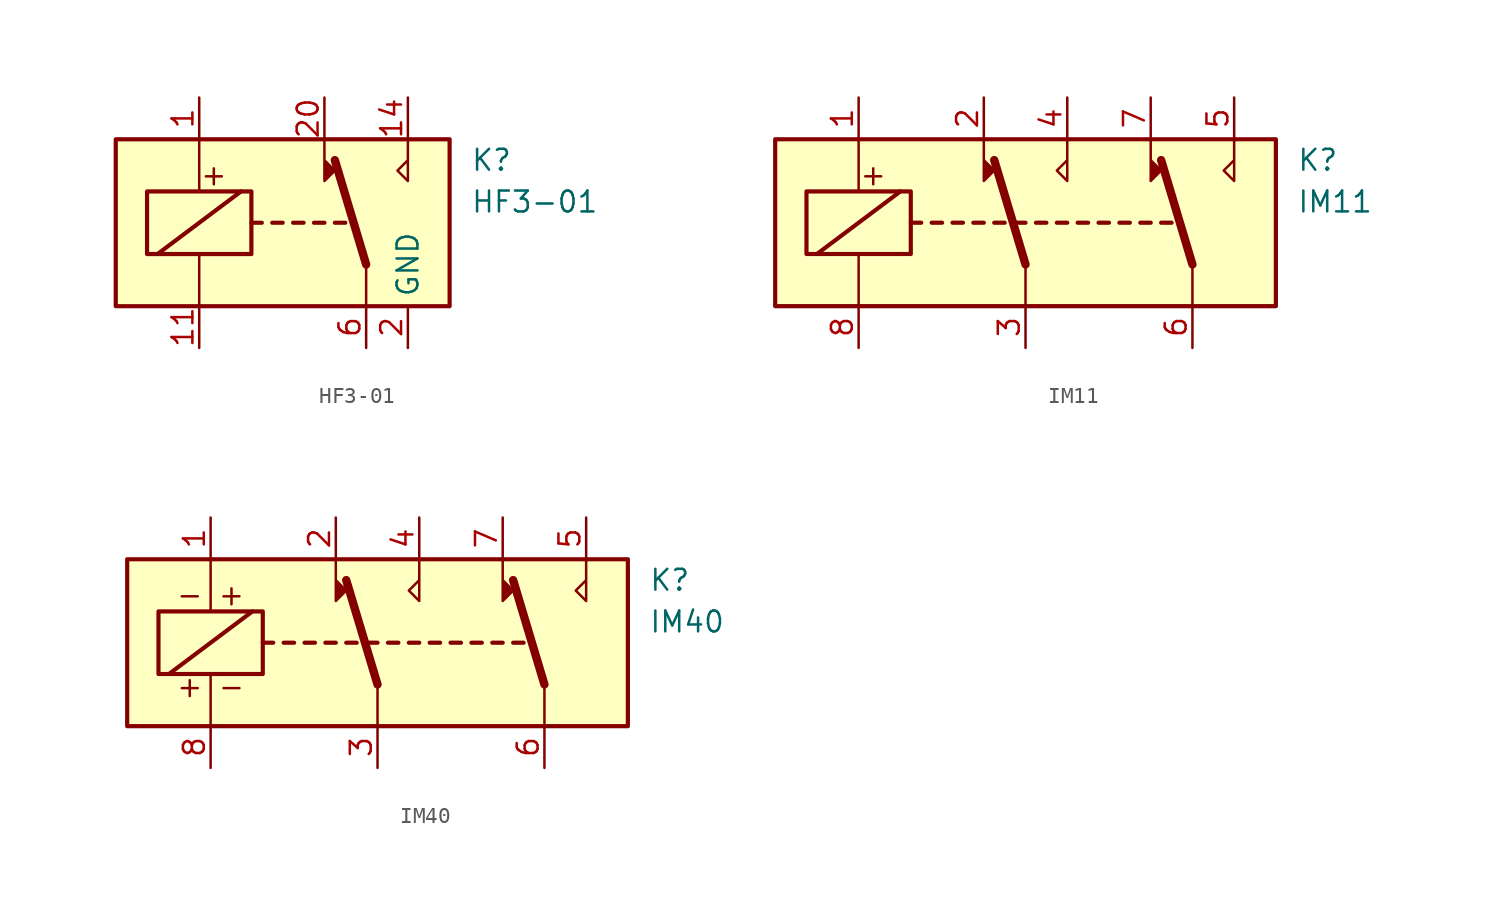
<source format=kicad_sym>
(kicad_symbol_lib
  (version 20201005)
  (generator kicad_symbol_editor)
  (symbol "Relay:HF3-01"
    (property "Reference" "K"
      (at 11.43 3.81 0)
      (effects (font (size 1.27 1.27)) (justify left)))
    (property "Value" "HF3-01"
      (at 11.43 1.27 0)
      (effects (font (size 1.27 1.27)) (justify left)))
    (symbol "HF3-01_0_0"
      (text "+" (at -4.191 2.921 0) (effects (font (size 1.27 1.27))))
      (polyline (pts (xy 7.62 5.08) (xy 7.62 2.54) (xy 6.985 3.175) (xy 7.62 3.81)) (stroke (width 0)) (fill (type none))))
    (symbol "HF3-01_0_1"
      (rectangle (start -10.16 5.08) (end 10.16 -5.08) (stroke (width 0.254)) (fill (type background)))
      (rectangle (start -8.255 1.905) (end -1.905 -1.905) (stroke (width 0.254)) (fill (type none)))
      (polyline (pts (xy -7.62 -1.905) (xy -2.54 1.905)) (stroke (width 0.254)) (fill (type none)))
      (polyline (pts (xy -5.08 -5.08) (xy -5.08 -1.905)) (stroke (width 0)) (fill (type none)))
      (polyline (pts (xy -5.08 5.08) (xy -5.08 1.905)) (stroke (width 0)) (fill (type none)))
      (polyline (pts (xy -1.905 0) (xy -1.27 0)) (stroke (width 0.254)) (fill (type none)))
      (polyline (pts (xy -0.635 0) (xy 0 0)) (stroke (width 0.254)) (fill (type none)))
      (polyline (pts (xy 0.635 0) (xy 1.27 0)) (stroke (width 0.254)) (fill (type none)))
      (polyline (pts (xy 1.905 0) (xy 2.54 0)) (stroke (width 0.254)) (fill (type none)))
      (polyline (pts (xy 3.175 0) (xy 3.81 0)) (stroke (width 0.254)) (fill (type none)))
      (polyline (pts (xy 5.08 -2.54) (xy 3.175 3.81)) (stroke (width 0.508)) (fill (type none)))
      (polyline (pts (xy 5.08 -2.54) (xy 5.08 -5.08)) (stroke (width 0)) (fill (type none)))
      (polyline (pts (xy 2.54 5.08) (xy 2.54 2.54) (xy 3.175 3.175) (xy 2.54 3.81)) (stroke (width 0)) (fill (type outline))))
    (symbol "HF3-01_1_1"
      (pin passive line (at -5.08 7.62 270) (length 2.54) (name "~" (effects (font (size 1.27 1.27)))) (number "1" (effects (font (size 1.27 1.27)))))
      (pin passive line (at 7.62 -7.62 90) (length 2.54) hide (name "GND" (effects (font (size 1.27 1.27)))) (number "10" (effects (font (size 1.27 1.27)))))
      (pin passive line (at -5.08 -7.62 90) (length 2.54) (name "~" (effects (font (size 1.27 1.27)))) (number "11" (effects (font (size 1.27 1.27)))))
      (pin passive line (at 7.62 -7.62 90) (length 2.54) hide (name "GND" (effects (font (size 1.27 1.27)))) (number "12" (effects (font (size 1.27 1.27)))))
      (pin passive line (at 7.62 -7.62 90) (length 2.54) hide (name "GND" (effects (font (size 1.27 1.27)))) (number "13" (effects (font (size 1.27 1.27)))))
      (pin passive line (at 7.62 7.62 270) (length 2.54) (name "~" (effects (font (size 1.27 1.27)))) (number "14" (effects (font (size 1.27 1.27)))))
      (pin passive line (at 7.62 -7.62 90) (length 2.54) hide (name "GND" (effects (font (size 1.27 1.27)))) (number "15" (effects (font (size 1.27 1.27)))))
      (pin passive line (at 7.62 -7.62 90) (length 2.54) hide (name "GND" (effects (font (size 1.27 1.27)))) (number "17" (effects (font (size 1.27 1.27)))))
      (pin passive line (at 7.62 -7.62 90) (length 2.54) hide (name "GND" (effects (font (size 1.27 1.27)))) (number "19" (effects (font (size 1.27 1.27)))))
      (pin power_in line (at 7.62 -7.62 90) (length 2.54) (name "GND" (effects (font (size 1.27 1.27)))) (number "2" (effects (font (size 1.27 1.27)))))
      (pin passive line (at 2.54 7.62 270) (length 2.54) (name "~" (effects (font (size 1.27 1.27)))) (number "20" (effects (font (size 1.27 1.27)))))
      (pin passive line (at 7.62 -7.62 90) (length 2.54) hide (name "GND" (effects (font (size 1.27 1.27)))) (number "21" (effects (font (size 1.27 1.27)))))
      (pin passive line (at 7.62 -7.62 90) (length 2.54) hide (name "GND" (effects (font (size 1.27 1.27)))) (number "22" (effects (font (size 1.27 1.27)))))
      (pin passive line (at 7.62 -7.62 90) (length 2.54) hide (name "GND" (effects (font (size 1.27 1.27)))) (number "5" (effects (font (size 1.27 1.27)))))
      (pin passive line (at 5.08 -7.62 90) (length 2.54) (name "~" (effects (font (size 1.27 1.27)))) (number "6" (effects (font (size 1.27 1.27)))))
      (pin passive line (at 7.62 -7.62 90) (length 2.54) hide (name "GND" (effects (font (size 1.27 1.27)))) (number "7" (effects (font (size 1.27 1.27)))))))
  (symbol "Relay:IM11"
    (property "Reference" "K"
      (at 16.51 3.81 0)
      (effects (font (size 1.27 1.27)) (justify left)))
    (property "Value" "IM11"
      (at 16.51 1.27 0)
      (effects (font (size 1.27 1.27)) (justify left)))
    (symbol "IM11_0_0"
      (text "+" (at -9.271 2.921 0) (effects (font (size 1.27 1.27)))))
    (symbol "IM11_0_1"
      (rectangle (start -15.24 5.08) (end 15.24 -5.08) (stroke (width 0.254)) (fill (type background)))
      (rectangle (start -13.335 1.905) (end -6.985 -1.905) (stroke (width 0.254)) (fill (type none)))
      (polyline (pts (xy -12.7 -1.905) (xy -7.62 1.905)) (stroke (width 0.254)) (fill (type none)))
      (polyline (pts (xy -10.16 -5.08) (xy -10.16 -1.905)) (stroke (width 0)) (fill (type none)))
      (polyline (pts (xy -10.16 5.08) (xy -10.16 1.905)) (stroke (width 0)) (fill (type none)))
      (polyline (pts (xy -6.985 0) (xy -6.35 0)) (stroke (width 0.254)) (fill (type none)))
      (polyline (pts (xy -5.715 0) (xy -5.08 0)) (stroke (width 0.254)) (fill (type none)))
      (polyline (pts (xy -4.445 0) (xy -3.81 0)) (stroke (width 0.254)) (fill (type none)))
      (polyline (pts (xy -3.175 0) (xy -2.54 0)) (stroke (width 0.254)) (fill (type none)))
      (polyline (pts (xy -1.905 0) (xy -1.27 0)) (stroke (width 0.254)) (fill (type none)))
      (polyline (pts (xy -0.635 0) (xy 0 0)) (stroke (width 0.254)) (fill (type none)))
      (polyline (pts (xy 0 -2.54) (xy -1.905 3.81)) (stroke (width 0.508)) (fill (type none)))
      (polyline (pts (xy 0 -2.54) (xy 0 -5.08)) (stroke (width 0)) (fill (type none)))
      (polyline (pts (xy 0.635 0) (xy 1.27 0)) (stroke (width 0.254)) (fill (type none)))
      (polyline (pts (xy 1.905 0) (xy 2.54 0)) (stroke (width 0.254)) (fill (type none)))
      (polyline (pts (xy 3.175 0) (xy 3.81 0)) (stroke (width 0.254)) (fill (type none)))
      (polyline (pts (xy 4.445 0) (xy 5.08 0)) (stroke (width 0.254)) (fill (type none)))
      (polyline (pts (xy 5.715 0) (xy 6.35 0)) (stroke (width 0.254)) (fill (type none)))
      (polyline (pts (xy 6.985 0) (xy 7.62 0)) (stroke (width 0.254)) (fill (type none)))
      (polyline (pts (xy 8.255 0) (xy 8.89 0)) (stroke (width 0.254)) (fill (type none)))
      (polyline (pts (xy 10.16 -2.54) (xy 8.255 3.81)) (stroke (width 0.508)) (fill (type none)))
      (polyline (pts (xy 10.16 -2.54) (xy 10.16 -5.08)) (stroke (width 0)) (fill (type none)))
      (polyline (pts (xy -2.54 5.08) (xy -2.54 2.54) (xy -1.905 3.175) (xy -2.54 3.81)) (stroke (width 0)) (fill (type outline)))
      (polyline (pts (xy 2.54 5.08) (xy 2.54 2.54) (xy 1.905 3.175) (xy 2.54 3.81)) (stroke (width 0)) (fill (type none)))
      (polyline (pts (xy 7.62 5.08) (xy 7.62 2.54) (xy 8.255 3.175) (xy 7.62 3.81)) (stroke (width 0)) (fill (type outline)))
      (polyline (pts (xy 12.7 5.08) (xy 12.7 2.54) (xy 12.065 3.175) (xy 12.7 3.81)) (stroke (width 0)) (fill (type none))))
    (symbol "IM11_1_1"
      (pin passive line (at -10.16 7.62 270) (length 2.54) (name "~" (effects (font (size 1.27 1.27)))) (number "1" (effects (font (size 1.27 1.27)))))
      (pin passive line (at -2.54 7.62 270) (length 2.54) (name "~" (effects (font (size 1.27 1.27)))) (number "2" (effects (font (size 1.27 1.27)))))
      (pin passive line (at 0 -7.62 90) (length 2.54) (name "~" (effects (font (size 1.27 1.27)))) (number "3" (effects (font (size 1.27 1.27)))))
      (pin passive line (at 2.54 7.62 270) (length 2.54) (name "~" (effects (font (size 1.27 1.27)))) (number "4" (effects (font (size 1.27 1.27)))))
      (pin passive line (at 12.7 7.62 270) (length 2.54) (name "~" (effects (font (size 1.27 1.27)))) (number "5" (effects (font (size 1.27 1.27)))))
      (pin passive line (at 10.16 -7.62 90) (length 2.54) (name "~" (effects (font (size 1.27 1.27)))) (number "6" (effects (font (size 1.27 1.27)))))
      (pin passive line (at 7.62 7.62 270) (length 2.54) (name "~" (effects (font (size 1.27 1.27)))) (number "7" (effects (font (size 1.27 1.27)))))
      (pin passive line (at -10.16 -7.62 90) (length 2.54) (name "~" (effects (font (size 1.27 1.27)))) (number "8" (effects (font (size 1.27 1.27)))))))
  (symbol "Relay:IM40"
    (property "Reference" "K"
      (at 16.51 3.81 0)
      (effects (font (size 1.27 1.27)) (justify left)))
    (property "Value" "IM40"
      (at 16.51 1.27 0)
      (effects (font (size 1.27 1.27)) (justify left)))
    (symbol "IM40_0_0"
      (text "+ -" (at -10.16 -2.667 0) (effects (font (size 1.27 1.27))))
      (text "- +" (at -10.16 2.921 0) (effects (font (size 1.27 1.27)))))
    (symbol "IM40_0_1"
      (rectangle (start -15.24 5.08) (end 15.24 -5.08) (stroke (width 0.254)) (fill (type background)))
      (rectangle (start -13.335 1.905) (end -6.985 -1.905) (stroke (width 0.254)) (fill (type none)))
      (polyline (pts (xy -12.7 -1.905) (xy -7.62 1.905)) (stroke (width 0.254)) (fill (type none)))
      (polyline (pts (xy -10.16 -5.08) (xy -10.16 -1.905)) (stroke (width 0)) (fill (type none)))
      (polyline (pts (xy -10.16 5.08) (xy -10.16 1.905)) (stroke (width 0)) (fill (type none)))
      (polyline (pts (xy -6.985 0) (xy -6.35 0)) (stroke (width 0.254)) (fill (type none)))
      (polyline (pts (xy -5.715 0) (xy -5.08 0)) (stroke (width 0.254)) (fill (type none)))
      (polyline (pts (xy -4.445 0) (xy -3.81 0)) (stroke (width 0.254)) (fill (type none)))
      (polyline (pts (xy -3.175 0) (xy -2.54 0)) (stroke (width 0.254)) (fill (type none)))
      (polyline (pts (xy -1.905 0) (xy -1.27 0)) (stroke (width 0.254)) (fill (type none)))
      (polyline (pts (xy -0.635 0) (xy 0 0)) (stroke (width 0.254)) (fill (type none)))
      (polyline (pts (xy 0 -2.54) (xy -1.905 3.81)) (stroke (width 0.508)) (fill (type none)))
      (polyline (pts (xy 0 -2.54) (xy 0 -5.08)) (stroke (width 0)) (fill (type none)))
      (polyline (pts (xy 0.635 0) (xy 1.27 0)) (stroke (width 0.254)) (fill (type none)))
      (polyline (pts (xy 1.905 0) (xy 2.54 0)) (stroke (width 0.254)) (fill (type none)))
      (polyline (pts (xy 3.175 0) (xy 3.81 0)) (stroke (width 0.254)) (fill (type none)))
      (polyline (pts (xy 4.445 0) (xy 5.08 0)) (stroke (width 0.254)) (fill (type none)))
      (polyline (pts (xy 5.715 0) (xy 6.35 0)) (stroke (width 0.254)) (fill (type none)))
      (polyline (pts (xy 6.985 0) (xy 7.62 0)) (stroke (width 0.254)) (fill (type none)))
      (polyline (pts (xy 8.255 0) (xy 8.89 0)) (stroke (width 0.254)) (fill (type none)))
      (polyline (pts (xy 10.16 -2.54) (xy 8.255 3.81)) (stroke (width 0.508)) (fill (type none)))
      (polyline (pts (xy 10.16 -2.54) (xy 10.16 -5.08)) (stroke (width 0)) (fill (type none)))
      (polyline (pts (xy -2.54 5.08) (xy -2.54 2.54) (xy -1.905 3.175) (xy -2.54 3.81)) (stroke (width 0)) (fill (type outline)))
      (polyline (pts (xy 2.54 5.08) (xy 2.54 2.54) (xy 1.905 3.175) (xy 2.54 3.81)) (stroke (width 0)) (fill (type none)))
      (polyline (pts (xy 7.62 5.08) (xy 7.62 2.54) (xy 8.255 3.175) (xy 7.62 3.81)) (stroke (width 0)) (fill (type outline)))
      (polyline (pts (xy 12.7 5.08) (xy 12.7 2.54) (xy 12.065 3.175) (xy 12.7 3.81)) (stroke (width 0)) (fill (type none))))
    (symbol "IM40_1_1"
      (pin passive line (at -10.16 7.62 270) (length 2.54) (name "~" (effects (font (size 1.27 1.27)))) (number "1" (effects (font (size 1.27 1.27)))))
      (pin passive line (at -2.54 7.62 270) (length 2.54) (name "~" (effects (font (size 1.27 1.27)))) (number "2" (effects (font (size 1.27 1.27)))))
      (pin passive line (at 0 -7.62 90) (length 2.54) (name "~" (effects (font (size 1.27 1.27)))) (number "3" (effects (font (size 1.27 1.27)))))
      (pin passive line (at 2.54 7.62 270) (length 2.54) (name "~" (effects (font (size 1.27 1.27)))) (number "4" (effects (font (size 1.27 1.27)))))
      (pin passive line (at 12.7 7.62 270) (length 2.54) (name "~" (effects (font (size 1.27 1.27)))) (number "5" (effects (font (size 1.27 1.27)))))
      (pin passive line (at 10.16 -7.62 90) (length 2.54) (name "~" (effects (font (size 1.27 1.27)))) (number "6" (effects (font (size 1.27 1.27)))))
      (pin passive line (at 7.62 7.62 270) (length 2.54) (name "~" (effects (font (size 1.27 1.27)))) (number "7" (effects (font (size 1.27 1.27)))))
      (pin passive line (at -10.16 -7.62 90) (length 2.54) (name "~" (effects (font (size 1.27 1.27)))) (number "8" (effects (font (size 1.27 1.27))))))))
</source>
